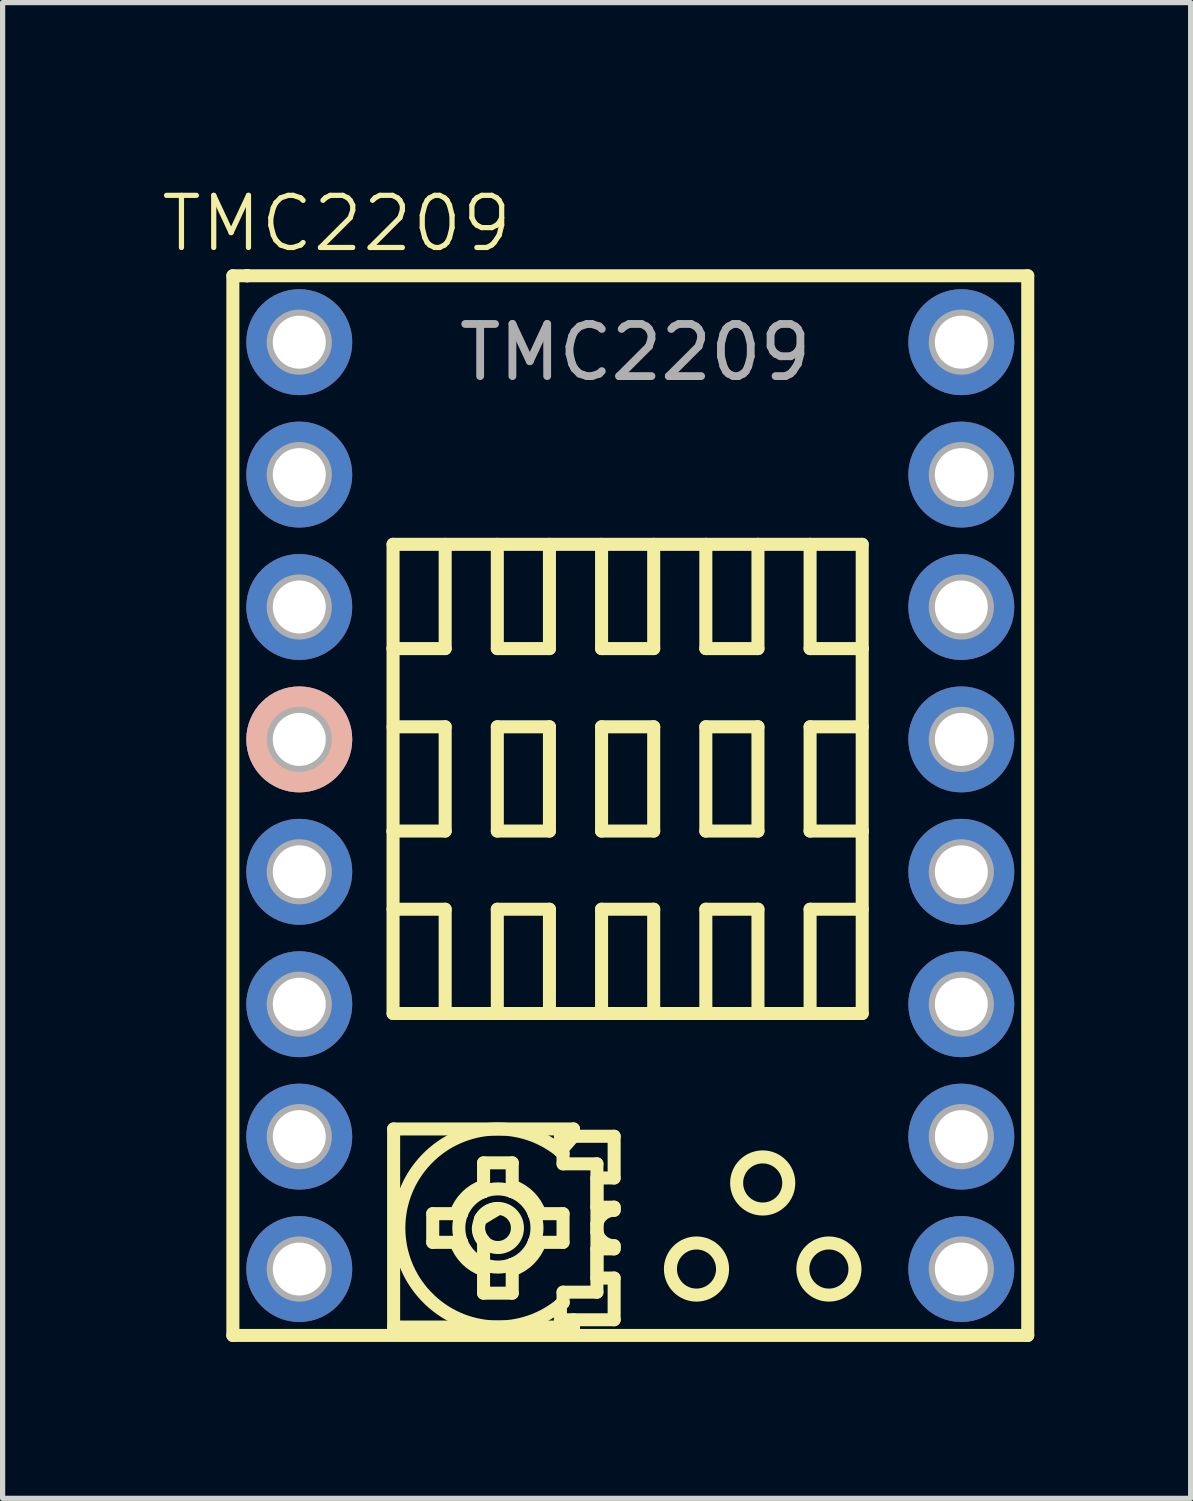
<source format=kicad_pcb>
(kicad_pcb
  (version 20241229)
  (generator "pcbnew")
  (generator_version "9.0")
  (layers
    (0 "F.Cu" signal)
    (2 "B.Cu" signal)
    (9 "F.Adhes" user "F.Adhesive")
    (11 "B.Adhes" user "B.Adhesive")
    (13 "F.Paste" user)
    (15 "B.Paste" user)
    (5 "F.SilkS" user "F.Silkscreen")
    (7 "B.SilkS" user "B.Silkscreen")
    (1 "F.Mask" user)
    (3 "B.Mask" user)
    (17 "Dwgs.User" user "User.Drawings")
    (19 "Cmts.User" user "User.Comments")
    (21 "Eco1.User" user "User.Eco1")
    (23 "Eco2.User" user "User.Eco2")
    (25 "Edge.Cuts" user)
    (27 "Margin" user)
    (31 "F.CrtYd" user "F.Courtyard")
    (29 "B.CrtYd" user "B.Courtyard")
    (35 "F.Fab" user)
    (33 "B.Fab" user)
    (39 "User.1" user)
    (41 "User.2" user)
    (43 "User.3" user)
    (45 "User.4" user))
  (footprint "TMC2209"
    (layer "F.Cu")
    (at 0.817 0.25)
    (property "Reference" "TMC2209" (at 2.59 0.99 0) (unlocked yes) (layer "F.SilkS") (effects (font (size 1 1) (thickness 0.1))))
    (attr through_hole)
    (fp_line (start 0.6 1.99) (end 15.848 1.99) (stroke (width 0.25) (type default)) (layer "F.SilkS"))
    (fp_line (start 0.6 22.318) (end 0.6 1.99) (stroke (width 0.25) (type default)) (layer "F.SilkS"))
    (fp_line (start 0.87 1.99) (end 0.873 1.987) (stroke (width 0.25) (type default)) (layer "F.SilkS"))
    (fp_line (start 0.873 1.987) (end 0.873 1.99) (stroke (width 0.25) (type default)) (layer "F.SilkS"))
    (fp_line (start 3.673 7.142) (end 3.673 9.142) (stroke (width 0.25) (type default)) (layer "F.SilkS"))
    (fp_line (start 3.673 9.142) (end 3.673 12.642) (stroke (width 0.25) (type default)) (layer "F.SilkS"))
    (fp_line (start 3.673 12.642) (end 3.673 16.142) (stroke (width 0.25) (type default)) (layer "F.SilkS"))
    (fp_line (start 3.673 16.142) (end 12.673 16.142) (stroke (width 0.25) (type default)) (layer "F.SilkS"))
    (fp_line (start 3.684 18.357) (end 3.684 22.157) (stroke (width 0.25) (type default)) (layer "F.SilkS"))
    (fp_line (start 3.684 22.157) (end 7.134 22.157) (stroke (width 0.25) (type default)) (layer "F.SilkS"))
    (fp_line (start 4.434 19.982) (end 4.434 20.532) (stroke (width 0.25) (type default)) (layer "F.SilkS"))
    (fp_line (start 4.434 20.532) (end 4.88 20.532) (stroke (width 0.25) (type default)) (layer "F.SilkS"))
    (fp_line (start 4.673 9.142) (end 3.673 9.142) (stroke (width 0.25) (type default)) (layer "F.SilkS"))
    (fp_line (start 4.673 9.142) (end 4.673 7.142) (stroke (width 0.25) (type default)) (layer "F.SilkS"))
    (fp_line (start 4.673 10.642) (end 3.673 10.642) (stroke (width 0.25) (type default)) (layer "F.SilkS"))
    (fp_line (start 4.673 12.642) (end 3.673 12.642) (stroke (width 0.25) (type default)) (layer "F.SilkS"))
    (fp_line (start 4.673 12.642) (end 4.673 10.642) (stroke (width 0.25) (type default)) (layer "F.SilkS"))
    (fp_line (start 4.673 14.142) (end 3.673 14.142) (stroke (width 0.25) (type default)) (layer "F.SilkS"))
    (fp_line (start 4.673 16.142) (end 4.673 14.142) (stroke (width 0.25) (type default)) (layer "F.SilkS"))
    (fp_line (start 4.88 19.982) (end 4.434 19.982) (stroke (width 0.25) (type default)) (layer "F.SilkS"))
    (fp_line (start 4.986 19.982) (end 4.933 19.982) (stroke (width 0.25) (type default)) (layer "F.SilkS"))
    (fp_line (start 4.986 20.532) (end 4.88 20.532) (stroke (width 0.25) (type default)) (layer "F.SilkS"))
    (fp_line (start 5.409 19.007) (end 5.409 19.559) (stroke (width 0.25) (type default)) (layer "F.SilkS"))
    (fp_line (start 5.409 20.504) (end 5.409 21.507) (stroke (width 0.25) (type default)) (layer "F.SilkS"))
    (fp_line (start 5.409 21.507) (end 5.959 21.507) (stroke (width 0.25) (type default)) (layer "F.SilkS"))
    (fp_line (start 5.673 9.142) (end 5.673 7.142) (stroke (width 0.25) (type default)) (layer "F.SilkS"))
    (fp_line (start 5.673 9.142) (end 6.673 9.142) (stroke (width 0.25) (type default)) (layer "F.SilkS"))
    (fp_line (start 5.673 12.642) (end 5.673 10.642) (stroke (width 0.25) (type default)) (layer "F.SilkS"))
    (fp_line (start 5.673 16.142) (end 5.673 14.142) (stroke (width 0.25) (type default)) (layer "F.SilkS"))
    (fp_line (start 5.684 19.887) (end 5.349 20.089) (stroke (width 0.25) (type default)) (layer "F.SilkS"))
    (fp_line (start 5.959 19.007) (end 5.409 19.007) (stroke (width 0.25) (type default)) (layer "F.SilkS"))
    (fp_line (start 5.959 19.452) (end 5.959 19.007) (stroke (width 0.25) (type default)) (layer "F.SilkS"))
    (fp_line (start 5.959 19.559) (end 5.959 19.505) (stroke (width 0.25) (type default)) (layer "F.SilkS"))
    (fp_line (start 5.959 21.008) (end 5.959 20.954) (stroke (width 0.25) (type default)) (layer "F.SilkS"))
    (fp_line (start 5.959 21.507) (end 5.959 21.061) (stroke (width 0.25) (type default)) (layer "F.SilkS"))
    (fp_line (start 6.382 20.532) (end 6.488 20.532) (stroke (width 0.25) (type default)) (layer "F.SilkS"))
    (fp_line (start 6.435 19.982) (end 6.382 19.982) (stroke (width 0.25) (type default)) (layer "F.SilkS"))
    (fp_line (start 6.673 9.142) (end 6.673 7.142) (stroke (width 0.25) (type default)) (layer "F.SilkS"))
    (fp_line (start 6.673 10.642) (end 5.673 10.642) (stroke (width 0.25) (type default)) (layer "F.SilkS"))
    (fp_line (start 6.673 12.642) (end 5.673 12.642) (stroke (width 0.25) (type default)) (layer "F.SilkS"))
    (fp_line (start 6.673 12.642) (end 6.673 10.642) (stroke (width 0.25) (type default)) (layer "F.SilkS"))
    (fp_line (start 6.673 14.142) (end 5.673 14.142) (stroke (width 0.25) (type default)) (layer "F.SilkS"))
    (fp_line (start 6.673 16.142) (end 6.673 14.142) (stroke (width 0.25) (type default)) (layer "F.SilkS"))
    (fp_line (start 6.884 18.497) (end 7.914 18.497) (stroke (width 0.25) (type default)) (layer "F.SilkS"))
    (fp_line (start 6.884 18.784) (end 6.884 18.497) (stroke (width 0.25) (type default)) (layer "F.SilkS"))
    (fp_line (start 6.884 18.784) (end 7.134 18.497) (stroke (width 0.25) (type default)) (layer "F.SilkS"))
    (fp_line (start 6.884 22.017) (end 6.884 21.73) (stroke (width 0.25) (type default)) (layer "F.SilkS"))
    (fp_line (start 6.884 22.017) (end 7.914 22.017) (stroke (width 0.25) (type default)) (layer "F.SilkS"))
    (fp_line (start 6.934 18.826) (end 6.934 19.026) (stroke (width 0.25) (type default)) (layer "F.SilkS"))
    (fp_line (start 6.934 19.982) (end 6.488 19.982) (stroke (width 0.25) (type default)) (layer "F.SilkS"))
    (fp_line (start 6.934 20.532) (end 6.488 20.532) (stroke (width 0.25) (type default)) (layer "F.SilkS"))
    (fp_line (start 6.934 20.532) (end 6.934 19.982) (stroke (width 0.25) (type default)) (layer "F.SilkS"))
    (fp_line (start 6.934 21.488) (end 6.934 21.688) (stroke (width 0.25) (type default)) (layer "F.SilkS"))
    (fp_line (start 6.934 21.488) (end 7.584 21.488) (stroke (width 0.25) (type default)) (layer "F.SilkS"))
    (fp_line (start 6.934 21.688) (end 6.884 21.73) (stroke (width 0.25) (type default)) (layer "F.SilkS"))
    (fp_line (start 7.134 18.357) (end 3.684 18.357) (stroke (width 0.25) (type default)) (layer "F.SilkS"))
    (fp_line (start 7.134 18.357) (end 7.134 18.497) (stroke (width 0.25) (type default)) (layer "F.SilkS"))
    (fp_line (start 7.134 22.157) (end 7.134 22.017) (stroke (width 0.25) (type default)) (layer "F.SilkS"))
    (fp_line (start 7.584 19.026) (end 6.934 19.026) (stroke (width 0.25) (type default)) (layer "F.SilkS"))
    (fp_line (start 7.584 19.026) (end 7.584 21.488) (stroke (width 0.25) (type default)) (layer "F.SilkS"))
    (fp_line (start 7.584 19.297) (end 7.914 19.297) (stroke (width 0.25) (type default)) (layer "F.SilkS"))
    (fp_line (start 7.584 19.857) (end 7.584 19.297) (stroke (width 0.25) (type default)) (layer "F.SilkS"))
    (fp_line (start 7.584 19.857) (end 7.914 19.857) (stroke (width 0.25) (type default)) (layer "F.SilkS"))
    (fp_line (start 7.584 20.338) (end 7.584 20.175) (stroke (width 0.25) (type default)) (layer "F.SilkS"))
    (fp_line (start 7.584 20.657) (end 7.914 20.657) (stroke (width 0.25) (type default)) (layer "F.SilkS"))
    (fp_line (start 7.584 21.217) (end 7.584 20.657) (stroke (width 0.25) (type default)) (layer "F.SilkS"))
    (fp_line (start 7.584 21.217) (end 7.914 21.217) (stroke (width 0.25) (type default)) (layer "F.SilkS"))
    (fp_line (start 7.673 9.142) (end 7.673 7.142) (stroke (width 0.25) (type default)) (layer "F.SilkS"))
    (fp_line (start 7.673 12.642) (end 7.673 10.642) (stroke (width 0.25) (type default)) (layer "F.SilkS"))
    (fp_line (start 7.673 16.142) (end 7.673 14.142) (stroke (width 0.25) (type default)) (layer "F.SilkS"))
    (fp_line (start 7.914 19.297) (end 7.914 18.497) (stroke (width 0.25) (type default)) (layer "F.SilkS"))
    (fp_line (start 7.914 19.917) (end 7.914 19.857) (stroke (width 0.25) (type default)) (layer "F.SilkS"))
    (fp_line (start 7.914 20.657) (end 7.914 20.597) (stroke (width 0.25) (type default)) (layer "F.SilkS"))
    (fp_line (start 7.914 22.017) (end 7.914 21.217) (stroke (width 0.25) (type default)) (layer "F.SilkS"))
    (fp_line (start 8.673 9.142) (end 7.673 9.142) (stroke (width 0.25) (type default)) (layer "F.SilkS"))
    (fp_line (start 8.673 9.142) (end 8.673 7.142) (stroke (width 0.25) (type default)) (layer "F.SilkS"))
    (fp_line (start 8.673 10.642) (end 7.673 10.642) (stroke (width 0.25) (type default)) (layer "F.SilkS"))
    (fp_line (start 8.673 12.642) (end 7.673 12.642) (stroke (width 0.25) (type default)) (layer "F.SilkS"))
    (fp_line (start 8.673 12.642) (end 8.673 10.642) (stroke (width 0.25) (type default)) (layer "F.SilkS"))
    (fp_line (start 8.673 14.142) (end 7.673 14.142) (stroke (width 0.25) (type default)) (layer "F.SilkS"))
    (fp_line (start 8.673 16.142) (end 8.673 14.142) (stroke (width 0.25) (type default)) (layer "F.SilkS"))
    (fp_line (start 9.673 9.142) (end 9.673 7.142) (stroke (width 0.25) (type default)) (layer "F.SilkS"))
    (fp_line (start 9.673 9.142) (end 10.673 9.142) (stroke (width 0.25) (type default)) (layer "F.SilkS"))
    (fp_line (start 9.673 12.642) (end 9.673 10.642) (stroke (width 0.25) (type default)) (layer "F.SilkS"))
    (fp_line (start 9.673 16.142) (end 9.673 14.142) (stroke (width 0.25) (type default)) (layer "F.SilkS"))
    (fp_line (start 10.673 9.142) (end 10.673 7.142) (stroke (width 0.25) (type default)) (layer "F.SilkS"))
    (fp_line (start 10.673 10.642) (end 9.673 10.642) (stroke (width 0.25) (type default)) (layer "F.SilkS"))
    (fp_line (start 10.673 12.642) (end 9.673 12.642) (stroke (width 0.25) (type default)) (layer "F.SilkS"))
    (fp_line (start 10.673 12.642) (end 10.673 10.642) (stroke (width 0.25) (type default)) (layer "F.SilkS"))
    (fp_line (start 10.673 14.142) (end 9.673 14.142) (stroke (width 0.25) (type default)) (layer "F.SilkS"))
    (fp_line (start 10.673 16.142) (end 10.673 14.142) (stroke (width 0.25) (type default)) (layer "F.SilkS"))
    (fp_line (start 11.673 7.142) (end 11.673 9.142) (stroke (width 0.25) (type default)) (layer "F.SilkS"))
    (fp_line (start 11.673 10.642) (end 11.673 12.642) (stroke (width 0.25) (type default)) (layer "F.SilkS"))
    (fp_line (start 11.673 14.142) (end 11.673 16.142) (stroke (width 0.25) (type default)) (layer "F.SilkS"))
    (fp_line (start 12.673 7.142) (end 3.673 7.142) (stroke (width 0.25) (type default)) (layer "F.SilkS"))
    (fp_line (start 12.673 9.142) (end 11.673 9.142) (stroke (width 0.25) (type default)) (layer "F.SilkS"))
    (fp_line (start 12.673 9.142) (end 12.673 7.142) (stroke (width 0.25) (type default)) (layer "F.SilkS"))
    (fp_line (start 12.673 10.642) (end 11.673 10.642) (stroke (width 0.25) (type default)) (layer "F.SilkS"))
    (fp_line (start 12.673 12.642) (end 11.673 12.642) (stroke (width 0.25) (type default)) (layer "F.SilkS"))
    (fp_line (start 12.673 12.642) (end 12.673 9.142) (stroke (width 0.25) (type default)) (layer "F.SilkS"))
    (fp_line (start 12.673 14.142) (end 11.673 14.142) (stroke (width 0.25) (type default)) (layer "F.SilkS"))
    (fp_line (start 12.673 16.142) (end 12.673 12.642) (stroke (width 0.25) (type default)) (layer "F.SilkS"))
    (fp_line (start 15.848 1.99) (end 15.848 22.318) (stroke (width 0.25) (type default)) (layer "F.SilkS"))
    (fp_line (start 15.848 22.318) (end 0.6 22.318) (stroke (width 0.25) (type default)) (layer "F.SilkS"))
    (fp_arc (start 4.879712 19.9816) (mid 5.082957 19.655559) (end 5.408997 19.452314) (stroke (width 0.25) (type default)) (layer "F.SilkS"))
    (fp_arc (start 4.986233 19.9816) (mid 5.153667 19.72627) (end 5.408997 19.558835) (stroke (width 0.25) (type default)) (layer "F.SilkS"))
    (fp_arc (start 4.986233 20.5316) (mid 4.933997 20.2566) (end 4.986233 19.9816) (stroke (width 0.25) (type default)) (layer "F.SilkS"))
    (fp_arc (start 5.348587 20.088895) (mid 6.048965 20.342759) (end 5.308997 20.2566) (stroke (width 0.25) (type default)) (layer "F.SilkS"))
    (fp_arc (start 5.408997 19.558837) (mid 5.683997 19.5066) (end 5.958997 19.558835) (stroke (width 0.25) (type default)) (layer "F.SilkS"))
    (fp_arc (start 5.408997 20.504136) (mid 5.345997 20.106082) (end 5.683997 19.8866) (stroke (width 0.25) (type default)) (layer "F.SilkS"))
    (fp_arc (start 5.408997 20.954364) (mid 5.153667 20.78693) (end 4.986233 20.5316) (stroke (width 0.25) (type default)) (layer "F.SilkS"))
    (fp_arc (start 5.408997 21.060885) (mid 5.082957 20.85764) (end 4.879712 20.5316) (stroke (width 0.25) (type default)) (layer "F.SilkS"))
    (fp_arc (start 5.958997 19.452314) (mid 6.285038 19.655559) (end 6.488283 19.9816) (stroke (width 0.25) (type default)) (layer "F.SilkS"))
    (fp_arc (start 5.958997 19.558835) (mid 6.214327 19.72627) (end 6.381762 19.9816) (stroke (width 0.25) (type default)) (layer "F.SilkS"))
    (fp_arc (start 5.958997 20.954364) (mid 5.683997 21.0066) (end 5.408997 20.954364) (stroke (width 0.25) (type default)) (layer "F.SilkS"))
    (fp_arc (start 6.381762 19.9816) (mid 6.433997 20.2566) (end 6.381762 20.5316) (stroke (width 0.25) (type default)) (layer "F.SilkS"))
    (fp_arc (start 6.381762 20.5316) (mid 6.214327 20.78693) (end 5.958997 20.954363) (stroke (width 0.25) (type default)) (layer "F.SilkS"))
    (fp_arc (start 6.488283 20.5316) (mid 6.285038 20.85764) (end 5.958997 21.060884) (stroke (width 0.25) (type default)) (layer "F.SilkS"))
    (fp_arc (start 6.933997 21.687508) (mid 3.783997 20.256601) (end 6.933997 18.825693) (stroke (width 0.25) (type default)) (layer "F.SilkS"))
    (fp_arc (start 7.583997 20.174746) (mid 7.704509 19.988803) (end 7.913997 19.916603) (stroke (width 0.25) (type default)) (layer "F.SilkS"))
    (fp_arc (start 7.913997 20.596599) (mid 7.70451 20.524396) (end 7.583997 20.338453) (stroke (width 0.25) (type default)) (layer "F.SilkS"))
    (fp_circle (center 9.494 21.044) (end 9.994 21.044) (stroke (width 0.25) (type default)) (fill no) (layer "F.SilkS"))
    (fp_circle (center 10.764 19.393) (end 11.264 19.393) (stroke (width 0.25) (type default)) (fill no) (layer "F.SilkS"))
    (fp_circle (center 12.034 21.044) (end 12.534 21.044) (stroke (width 0.25) (type default)) (fill no) (layer "F.SilkS"))
    (fp_curve (pts (xy 4.88 19.982) (xy 4.908 19.982) (xy 4.934 19.982) (xy 4.954 19.982)) (stroke (width 0.25) (type default)) (layer "F.SilkS"))
    (fp_curve (pts (xy 4.933 19.982) (xy 4.933 19.982) (xy 4.908 19.982) (xy 4.88 19.982)) (stroke (width 0.25) (type default)) (layer "F.SilkS"))
    (fp_curve (pts (xy 4.954 20.532) (xy 4.934 20.532) (xy 4.908 20.532) (xy 4.88 20.532)) (stroke (width 0.25) (type default)) (layer "F.SilkS"))
    (fp_curve (pts (xy 4.954 19.982) (xy 4.974 19.982) (xy 4.986 19.982) (xy 4.986 19.982)) (stroke (width 0.25) (type default)) (layer "F.SilkS"))
    (fp_curve (pts (xy 4.986 20.532) (xy 4.986 20.532) (xy 4.974 20.532) (xy 4.954 20.532)) (stroke (width 0.25) (type default)) (layer "F.SilkS"))
    (fp_curve (pts (xy 5.409 19.527) (xy 5.409 19.507) (xy 5.409 19.48) (xy 5.409 19.452)) (stroke (width 0.25) (type default)) (layer "F.SilkS"))
    (fp_curve (pts (xy 5.409 19.559) (xy 5.409 19.559) (xy 5.409 19.546) (xy 5.409 19.527)) (stroke (width 0.25) (type default)) (layer "F.SilkS"))
    (fp_curve (pts (xy 5.409 20.986) (xy 5.409 20.967) (xy 5.409 20.954) (xy 5.409 20.954)) (stroke (width 0.25) (type default)) (layer "F.SilkS"))
    (fp_curve (pts (xy 5.409 21.061) (xy 5.409 21.033) (xy 5.409 21.006) (xy 5.409 20.986)) (stroke (width 0.25) (type default)) (layer "F.SilkS"))
    (fp_curve (pts (xy 5.959 19.452) (xy 5.959 19.48) (xy 5.959 19.507) (xy 5.959 19.527)) (stroke (width 0.25) (type default)) (layer "F.SilkS"))
    (fp_curve (pts (xy 5.959 19.505) (xy 5.959 19.505) (xy 5.959 19.48) (xy 5.959 19.452)) (stroke (width 0.25) (type default)) (layer "F.SilkS"))
    (fp_curve (pts (xy 5.959 19.527) (xy 5.959 19.547) (xy 5.959 19.559) (xy 5.959 19.559)) (stroke (width 0.25) (type default)) (layer "F.SilkS"))
    (fp_curve (pts (xy 5.959 20.954) (xy 5.959 20.954) (xy 5.959 20.967) (xy 5.959 20.987)) (stroke (width 0.25) (type default)) (layer "F.SilkS"))
    (fp_curve (pts (xy 5.959 20.987) (xy 5.959 21.006) (xy 5.959 21.033) (xy 5.959 21.061)) (stroke (width 0.25) (type default)) (layer "F.SilkS"))
    (fp_curve (pts (xy 5.959 21.061) (xy 5.959 21.033) (xy 5.959 21.008) (xy 5.959 21.008)) (stroke (width 0.25) (type default)) (layer "F.SilkS"))
    (fp_curve (pts (xy 6.382 19.982) (xy 6.382 19.982) (xy 6.394 19.982) (xy 6.414 19.982)) (stroke (width 0.25) (type default)) (layer "F.SilkS"))
    (fp_curve (pts (xy 6.414 20.532) (xy 6.394 20.532) (xy 6.382 20.532) (xy 6.382 20.532)) (stroke (width 0.25) (type default)) (layer "F.SilkS"))
    (fp_curve (pts (xy 6.414 19.982) (xy 6.434 19.982) (xy 6.46 19.982) (xy 6.488 19.982)) (stroke (width 0.25) (type default)) (layer "F.SilkS"))
    (fp_curve (pts (xy 6.488 19.982) (xy 6.46 19.982) (xy 6.435 19.982) (xy 6.435 19.982)) (stroke (width 0.25) (type default)) (layer "F.SilkS"))
    (fp_curve (pts (xy 6.488 20.532) (xy 6.46 20.532) (xy 6.434 20.532) (xy 6.414 20.532)) (stroke (width 0.25) (type default)) (layer "F.SilkS"))
    (fp_circle (center 1.874 3.264) (end 2.374 3.264) (stroke (width 0.25) (type default)) (fill no) (layer "F.Fab"))
    (fp_circle (center 1.874 5.804) (end 2.374 5.804) (stroke (width 0.25) (type default)) (fill no) (layer "F.Fab"))
    (fp_circle (center 1.874 8.344) (end 2.374 8.344) (stroke (width 0.25) (type default)) (fill no) (layer "F.Fab"))
    (fp_circle (center 1.874 10.884) (end 2.374 10.884) (stroke (width 0.25) (type default)) (fill no) (layer "F.Fab"))
    (fp_circle (center 1.874 13.424) (end 2.374 13.424) (stroke (width 0.25) (type default)) (fill no) (layer "F.Fab"))
    (fp_circle (center 1.874 15.964) (end 2.374 15.964) (stroke (width 0.25) (type default)) (fill no) (layer "F.Fab"))
    (fp_circle (center 1.874 18.504) (end 2.374 18.504) (stroke (width 0.25) (type default)) (fill no) (layer "F.Fab"))
    (fp_circle (center 1.874 21.044) (end 2.374 21.044) (stroke (width 0.25) (type default)) (fill no) (layer "F.Fab"))
    (fp_circle (center 14.574 3.264) (end 15.074 3.264) (stroke (width 0.25) (type default)) (fill no) (layer "F.Fab"))
    (fp_circle (center 14.574 5.804) (end 15.074 5.804) (stroke (width 0.25) (type default)) (fill no) (layer "F.Fab"))
    (fp_circle (center 14.574 8.344) (end 15.074 8.344) (stroke (width 0.25) (type default)) (fill no) (layer "F.Fab"))
    (fp_circle (center 14.574 10.884) (end 15.074 10.884) (stroke (width 0.25) (type default)) (fill no) (layer "F.Fab"))
    (fp_circle (center 14.574 13.424) (end 15.074 13.424) (stroke (width 0.25) (type default)) (fill no) (layer "F.Fab"))
    (fp_circle (center 14.574 15.964) (end 15.074 15.964) (stroke (width 0.25) (type default)) (fill no) (layer "F.Fab"))
    (fp_circle (center 14.574 18.504) (end 15.074 18.504) (stroke (width 0.25) (type default)) (fill no) (layer "F.Fab"))
    (fp_circle (center 14.574 21.044) (end 15.074 21.044) (stroke (width 0.25) (type default)) (fill no) (layer "F.Fab"))
    (fp_text user "${REFERENCE}" (at 8.32 3.46 0) (unlocked yes) (layer "F.Fab") (effects (font (size 1 1) (thickness 0.15))))
    (pad "1" thru_hole circle (at 1.874 3.264) (size 2.032 2.032) (drill 1.016) (layers "*.Cu" "*.Mask"))
    (pad "2" thru_hole circle (at 1.874 5.804) (size 2.032 2.032) (drill 1.016) (layers "*.Cu" "*.Mask"))
    (pad "3" thru_hole circle (at 1.874 8.344) (size 2.032 2.032) (drill 1.016) (layers "*.Cu" "*.Mask"))
    (pad "4" thru_hole circle (at 1.874 10.884) (size 2.032 2.032) (drill 1.016) (layers "*.Cu" "*.Mask" "B.SilkS"))
    (pad "5" thru_hole circle (at 1.874 13.424) (size 2.032 2.032) (drill 1.016) (layers "*.Cu" "*.Mask"))
    (pad "6" thru_hole circle (at 1.874 15.964) (size 2.032 2.032) (drill 1.016) (layers "*.Cu" "*.Mask"))
    (pad "7" thru_hole circle (at 1.874 18.504) (size 2.032 2.032) (drill 1.016) (layers "*.Cu" "*.Mask"))
    (pad "8" thru_hole circle (at 1.874 21.044) (size 2.032 2.032) (drill 1.016) (layers "*.Cu" "*.Mask"))
    (pad "9" thru_hole circle (at 14.574 21.044) (size 2.032 2.032) (drill 1.016) (layers "*.Cu" "*.Mask"))
    (pad "10" thru_hole circle (at 14.574 18.504) (size 2.032 2.032) (drill 1.016) (layers "*.Cu" "*.Mask"))
    (pad "11" thru_hole circle (at 14.574 15.964) (size 2.032 2.032) (drill 1.016) (layers "*.Cu" "*.Mask"))
    (pad "12" thru_hole circle (at 14.574 13.424) (size 2.032 2.032) (drill 1.016) (layers "*.Cu" "*.Mask"))
    (pad "13" thru_hole circle (at 14.574 10.884) (size 2.032 2.032) (drill 1.016) (layers "*.Cu" "*.Mask"))
    (pad "14" thru_hole circle (at 14.574 8.344) (size 2.032 2.032) (drill 1.016) (layers "*.Cu" "*.Mask"))
    (pad "15" thru_hole circle (at 14.574 5.804) (size 2.032 2.032) (drill 1.016) (layers "*.Cu" "*.Mask"))
    (pad "16" thru_hole circle (at 14.574 3.264) (size 2.032 2.032) (drill 1.016) (layers "*.Cu" "*.Mask")))
  (gr_rect
    (start -3 -3)
    (end 19.79 25.693)
    (stroke (width 0.1) (type default))
    (fill no)
    (layer "Edge.Cuts")))
</source>
